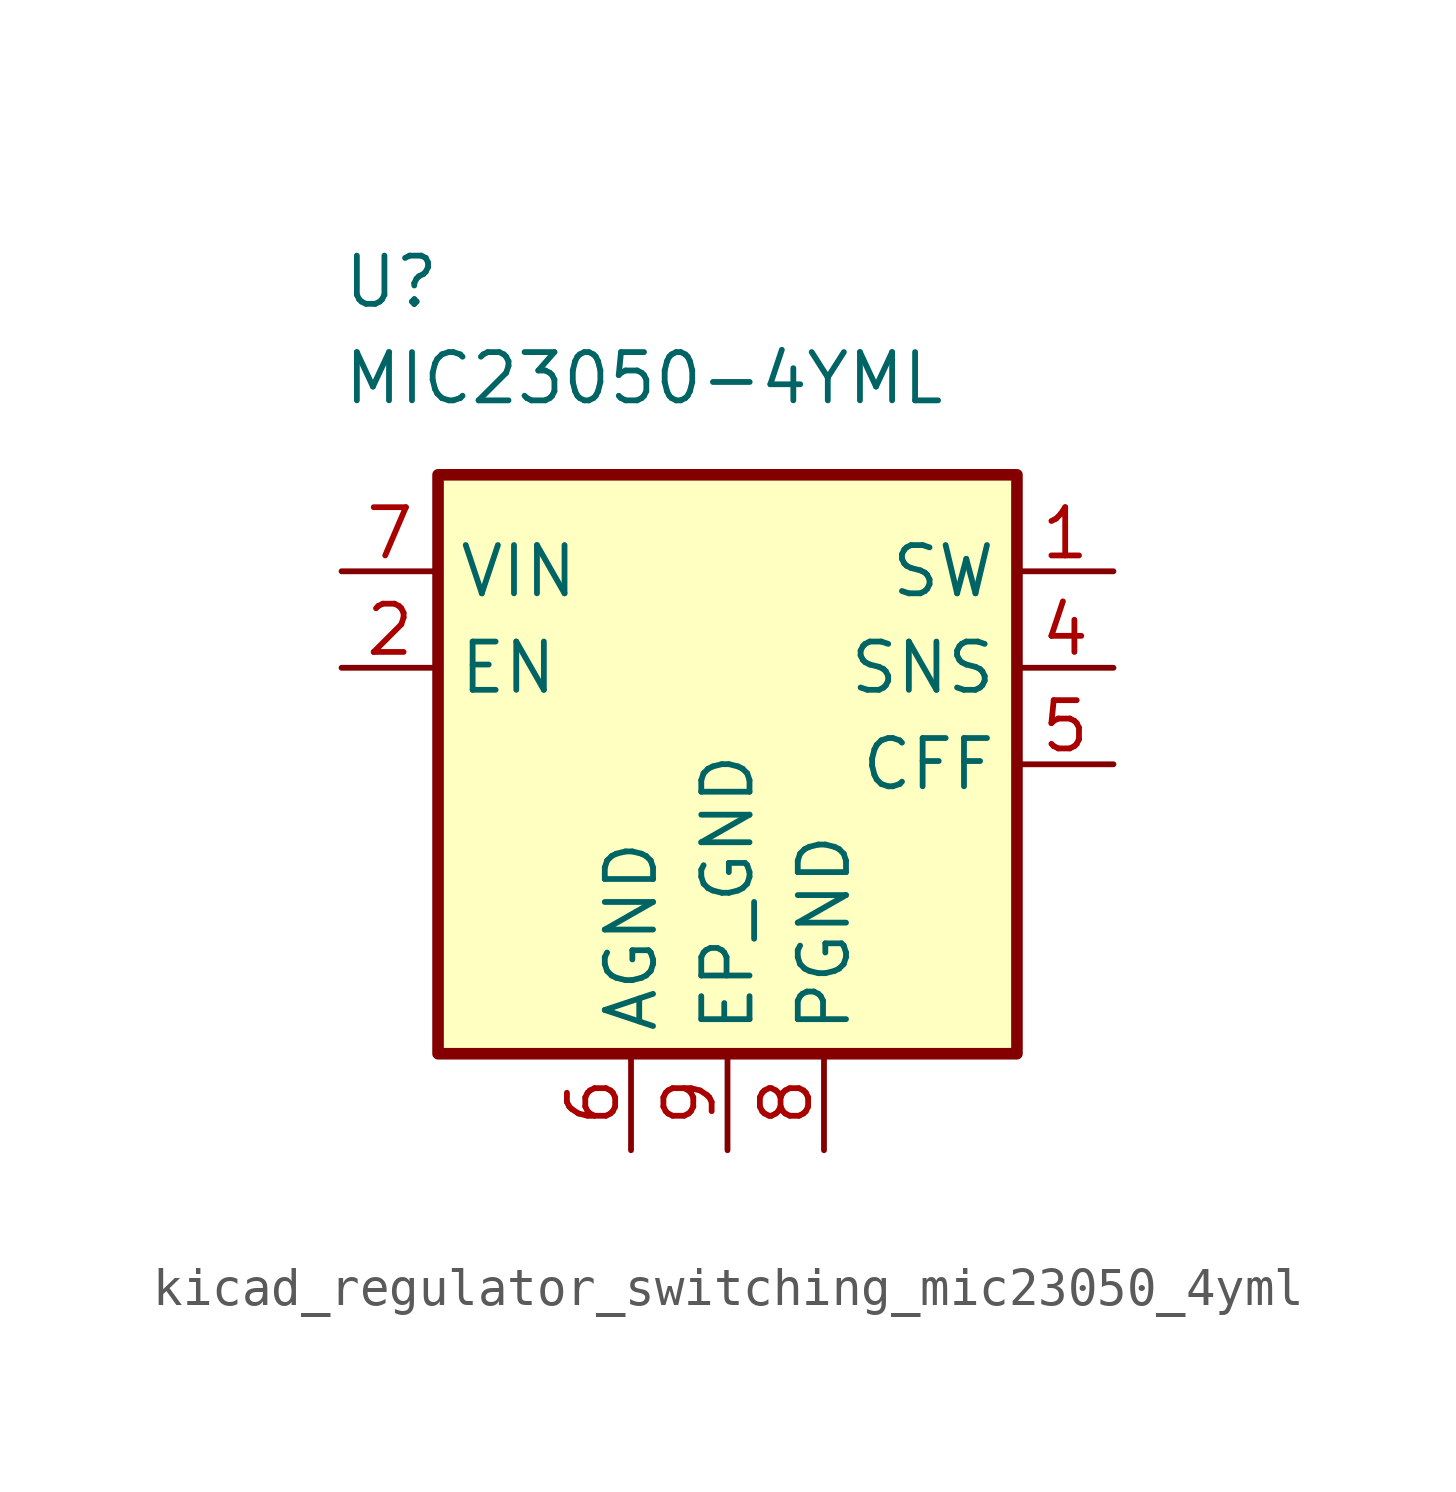
<source format=kicad_sym>
(kicad_symbol_lib
  (version 20220914)
  (generator kicad_symbol_editor)
  (symbol "kicad_regulator_switching_mic23050_4yml"
    (property "Reference" "U"
      (at -10.16 12.7 0)
      (effects (font (size 1.27 1.27)) (justify left)))
    (property "Value" "MIC23050-4YML"
      (at -10.16 10.16 0)
      (effects (font (size 1.27 1.27)) (justify left)))
    (symbol "kicad_regulator_switching_mic23050_4yml_0_0"
      (pin power_in line (at 0 -10.16 90) (length 2.54) (name "EP_GND" (effects (font (size 1.27 1.27)))) (number "9" (effects (font (size 1.27 1.27))))))
    (symbol "kicad_regulator_switching_mic23050_4yml_1_1"
      (rectangle (start -7.62 7.62) (end 7.62 -7.62) (stroke (width 0.305) (type default)) (fill (type background)))
      (pin output line (at 10.16 5.08 180) (length 2.54) (name "SW" (effects (font (size 1.27 1.27)))) (number "1" (effects (font (size 1.27 1.27)))))
      (pin input line (at -10.16 2.54 0) (length 2.54) (name "EN" (effects (font (size 1.27 1.27)))) (number "2" (effects (font (size 1.27 1.27)))))
      (pin no_connect line (at -7.62 0 0) (length 2.54) hide (name "NC" (effects (font (size 1.27 1.27)))) (number "3" (effects (font (size 1.27 1.27)))))
      (pin input line (at 10.16 2.54 180) (length 2.54) (name "SNS" (effects (font (size 1.27 1.27)))) (number "4" (effects (font (size 1.27 1.27)))))
      (pin output line (at 10.16 0 180) (length 2.54) (name "CFF" (effects (font (size 1.27 1.27)))) (number "5" (effects (font (size 1.27 1.27)))))
      (pin power_in line (at -2.54 -10.16 90) (length 2.54) (name "AGND" (effects (font (size 1.27 1.27)))) (number "6" (effects (font (size 1.27 1.27)))))
      (pin power_in line (at -10.16 5.08 0) (length 2.54) (name "VIN" (effects (font (size 1.27 1.27)))) (number "7" (effects (font (size 1.27 1.27)))))
      (pin power_in line (at 2.54 -10.16 90) (length 2.54) (name "PGND" (effects (font (size 1.27 1.27)))) (number "8" (effects (font (size 1.27 1.27))))))))
</source>
